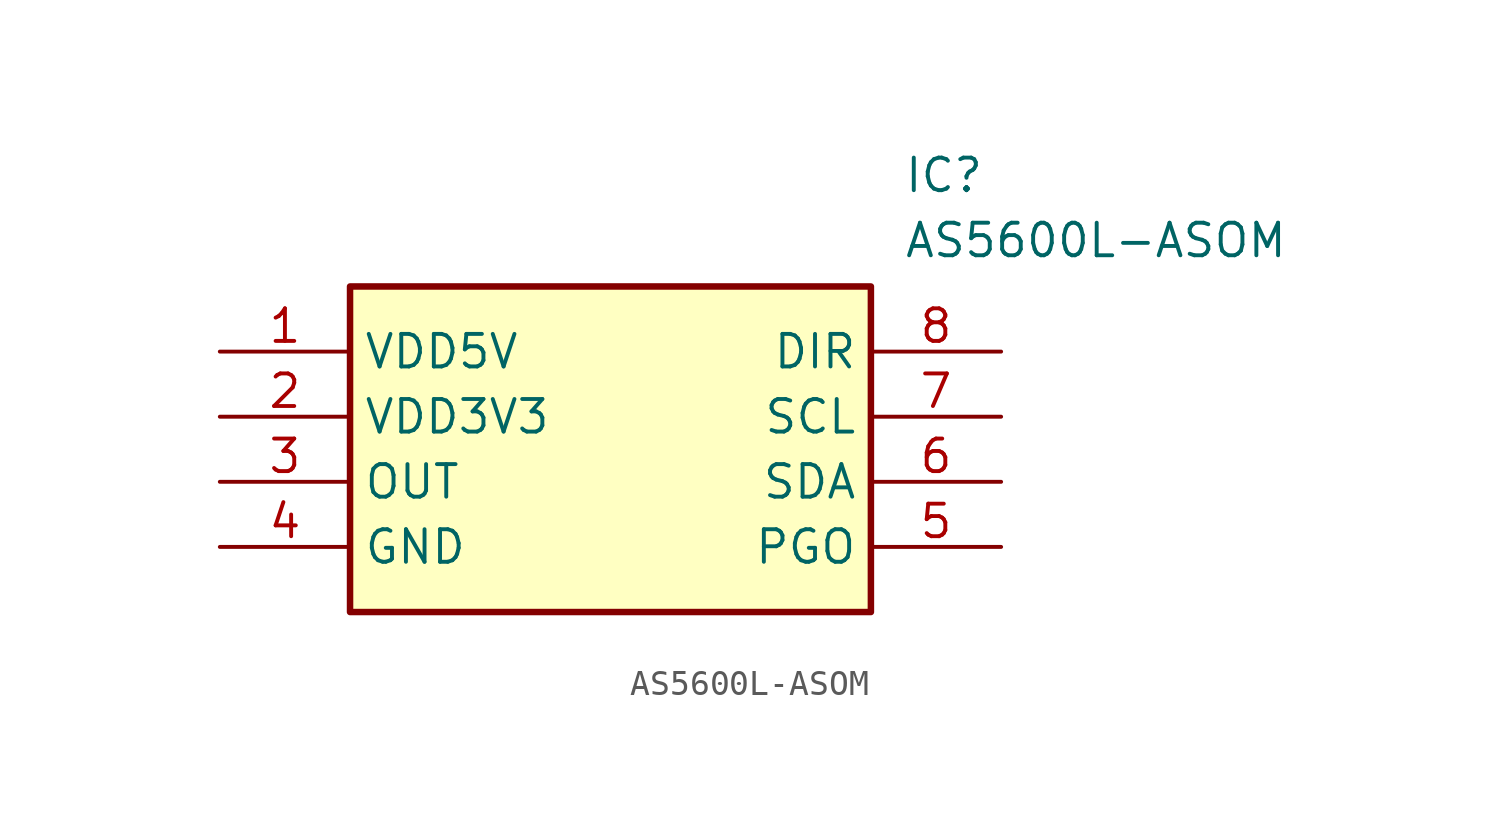
<source format=kicad_sym>
(kicad_symbol_lib
  (version 20220914)
  (generator kicad_symbol_editor)
  (symbol "AS5600L-ASOM"
    (property "Reference" "IC"
      (at 26.67 7.62 0)
      (effects (font (size 1.27 1.27)) (justify left top)))
    (property "Value" "AS5600L-ASOM"
      (at 26.67 5.08 0)
      (effects (font (size 1.27 1.27)) (justify left top)))
    (symbol "AS5600L-ASOM_1_1"
      (rectangle (start 5.08 2.54) (end 25.4 -10.16) (stroke (width 0.254) (type default)) (fill (type background)))
      (pin passive line (at 0 0 0) (length 5.08) (name "VDD5V" (effects (font (size 1.27 1.27)))) (number "1" (effects (font (size 1.27 1.27)))))
      (pin passive line (at 0 -2.54 0) (length 5.08) (name "VDD3V3" (effects (font (size 1.27 1.27)))) (number "2" (effects (font (size 1.27 1.27)))))
      (pin passive line (at 0 -5.08 0) (length 5.08) (name "OUT" (effects (font (size 1.27 1.27)))) (number "3" (effects (font (size 1.27 1.27)))))
      (pin passive line (at 0 -7.62 0) (length 5.08) (name "GND" (effects (font (size 1.27 1.27)))) (number "4" (effects (font (size 1.27 1.27)))))
      (pin passive line (at 30.48 -7.62 180) (length 5.08) (name "PGO" (effects (font (size 1.27 1.27)))) (number "5" (effects (font (size 1.27 1.27)))))
      (pin passive line (at 30.48 -5.08 180) (length 5.08) (name "SDA" (effects (font (size 1.27 1.27)))) (number "6" (effects (font (size 1.27 1.27)))))
      (pin passive line (at 30.48 -2.54 180) (length 5.08) (name "SCL" (effects (font (size 1.27 1.27)))) (number "7" (effects (font (size 1.27 1.27)))))
      (pin passive line (at 30.48 0 180) (length 5.08) (name "DIR" (effects (font (size 1.27 1.27)))) (number "8" (effects (font (size 1.27 1.27))))))))
</source>
